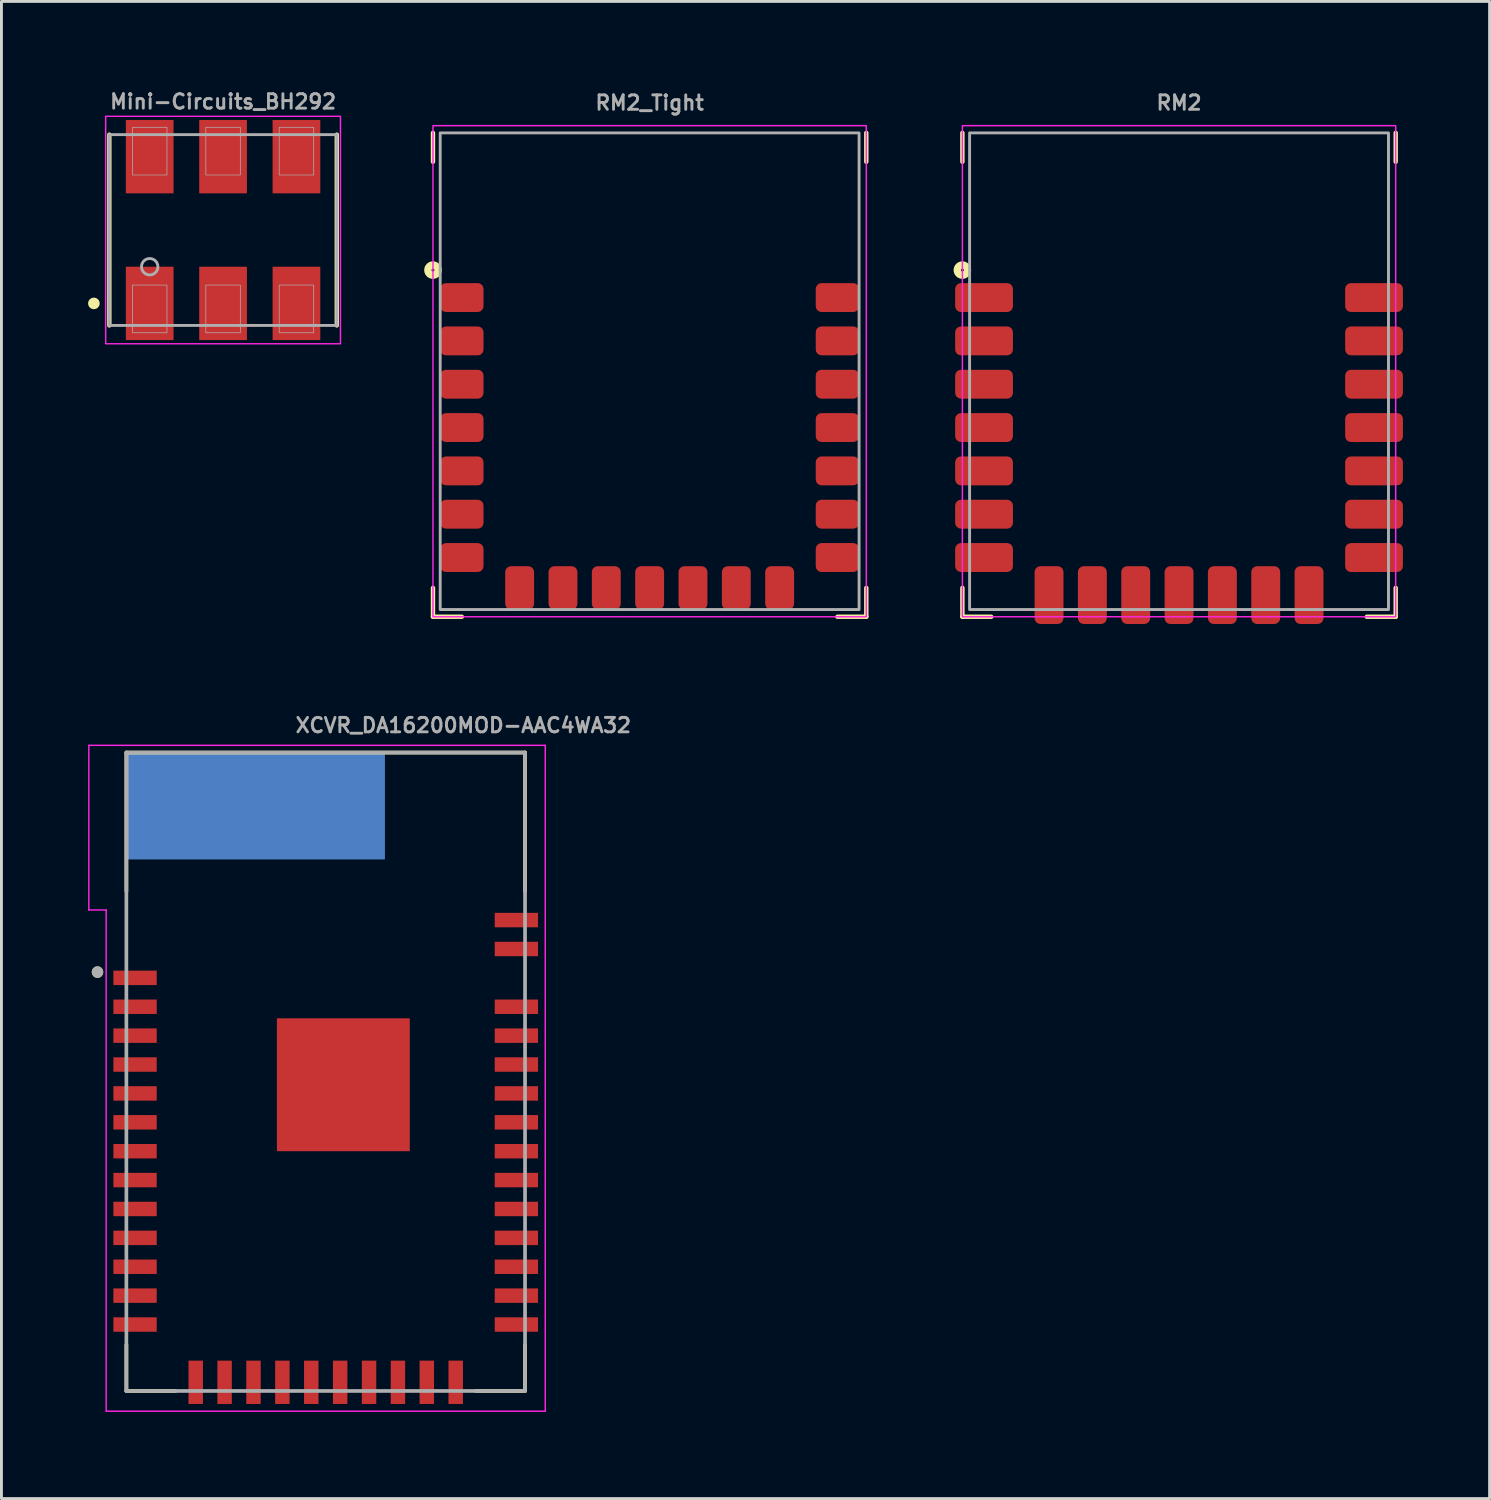
<source format=kicad_pcb>
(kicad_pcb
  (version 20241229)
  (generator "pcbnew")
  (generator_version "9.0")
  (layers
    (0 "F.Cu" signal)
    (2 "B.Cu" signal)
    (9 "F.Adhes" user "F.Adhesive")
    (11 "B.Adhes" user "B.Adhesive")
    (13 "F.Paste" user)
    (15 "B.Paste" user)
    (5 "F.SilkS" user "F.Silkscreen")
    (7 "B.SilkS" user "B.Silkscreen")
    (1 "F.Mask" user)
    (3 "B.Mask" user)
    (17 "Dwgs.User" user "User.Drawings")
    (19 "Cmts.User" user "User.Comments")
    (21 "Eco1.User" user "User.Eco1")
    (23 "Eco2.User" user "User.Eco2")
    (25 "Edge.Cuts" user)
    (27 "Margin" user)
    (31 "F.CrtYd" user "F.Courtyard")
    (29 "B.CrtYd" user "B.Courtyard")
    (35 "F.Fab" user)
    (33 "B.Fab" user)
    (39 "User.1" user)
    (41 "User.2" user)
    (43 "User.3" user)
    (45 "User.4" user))
  (footprint "RM2_Tight"
    (layer "F.Cu")
    (at 19.438 9.8)
    (property "Reference" "RM2_Tight" (at 0 -9 180) (layer "F.Fab") (effects (font (size 0.5 0.5) (thickness 0.1) (bold yes)) (justify bottom)))
    (fp_line (start -7.5 -8.25) (end -7.5 -7.25) (stroke (width 0.152) (type solid)) (layer "F.SilkS"))
    (fp_line (start -7.5 8.5) (end -7.5 7.5) (stroke (width 0.152) (type solid)) (layer "F.SilkS"))
    (fp_line (start -6.5 8.5) (end -7.5 8.5) (stroke (width 0.152) (type solid)) (layer "F.SilkS"))
    (fp_line (start 6.5 8.5) (end 7.5 8.5) (stroke (width 0.152) (type solid)) (layer "F.SilkS"))
    (fp_line (start 7.5 -7.25) (end 7.5 -8.25) (stroke (width 0.152) (type solid)) (layer "F.SilkS"))
    (fp_line (start 7.5 7.5) (end 7.5 8.5) (stroke (width 0.152) (type solid)) (layer "F.SilkS"))
    (fp_circle (center -7.5 -3.5) (end -7.45 -3.5) (stroke (width 0.254) (type solid)) (fill no) (layer "F.SilkS"))
    (fp_rect (start 7.5 -8.5) (end -7.5 8.5) (stroke (width 0.05) (type default)) (fill no) (layer "F.CrtYd"))
    (fp_rect (start -7.25 -8.25) (end 7.25 8.25) (stroke (width 0.1) (type default)) (fill no) (layer "F.Fab"))
    (pad "A1" smd roundrect (at -6.5 -2.55 90) (size 1 1.5) (layers "F.Cu" "F.Mask" "F.Paste") (roundrect_rratio 0.2))
    (pad "A2" smd roundrect (at -6.5 -1.05 90) (size 1 1.5) (layers "F.Cu" "F.Mask" "F.Paste") (roundrect_rratio 0.2))
    (pad "A3" smd roundrect (at -6.5 0.45 90) (size 1 1.5) (layers "F.Cu" "F.Mask" "F.Paste") (roundrect_rratio 0.2))
    (pad "A4" smd roundrect (at -6.5 1.95 90) (size 1 1.5) (layers "F.Cu" "F.Mask" "F.Paste") (roundrect_rratio 0.2))
    (pad "A5" smd roundrect (at -6.5 3.45 90) (size 1 1.5) (layers "F.Cu" "F.Mask" "F.Paste") (roundrect_rratio 0.2))
    (pad "A6" smd roundrect (at -6.5 4.95 90) (size 1 1.5) (layers "F.Cu" "F.Mask" "F.Paste") (roundrect_rratio 0.2))
    (pad "A7" smd roundrect (at -6.5 6.45 90) (size 1 1.5) (layers "F.Cu" "F.Mask" "F.Paste") (roundrect_rratio 0.2))
    (pad "B1" smd roundrect (at -4.5 7.5) (size 1 1.5) (layers "F.Cu" "F.Mask" "F.Paste") (roundrect_rratio 0.2))
    (pad "B2" smd roundrect (at -3 7.5) (size 1 1.5) (layers "F.Cu" "F.Mask" "F.Paste") (roundrect_rratio 0.2))
    (pad "B3" smd roundrect (at -1.5 7.5) (size 1 1.5) (layers "F.Cu" "F.Mask" "F.Paste") (roundrect_rratio 0.2))
    (pad "B4" smd roundrect (at 0 7.5) (size 1 1.5) (layers "F.Cu" "F.Mask" "F.Paste") (roundrect_rratio 0.2))
    (pad "B5" smd roundrect (at 1.5 7.5) (size 1 1.5) (layers "F.Cu" "F.Mask" "F.Paste") (roundrect_rratio 0.2))
    (pad "B6" smd roundrect (at 3 7.5) (size 1 1.5) (layers "F.Cu" "F.Mask" "F.Paste") (roundrect_rratio 0.2))
    (pad "B7" smd roundrect (at 4.5 7.5) (size 1 1.5) (layers "F.Cu" "F.Mask" "F.Paste") (roundrect_rratio 0.2))
    (pad "C1" smd roundrect (at 6.5 6.45 90) (size 1 1.5) (layers "F.Cu" "F.Mask" "F.Paste") (roundrect_rratio 0.2))
    (pad "C2" smd roundrect (at 6.5 4.95 90) (size 1 1.5) (layers "F.Cu" "F.Mask" "F.Paste") (roundrect_rratio 0.2))
    (pad "C3" smd roundrect (at 6.5 3.45 90) (size 1 1.5) (layers "F.Cu" "F.Mask" "F.Paste") (roundrect_rratio 0.2))
    (pad "C4" smd roundrect (at 6.5 1.95 90) (size 1 1.5) (layers "F.Cu" "F.Mask" "F.Paste") (roundrect_rratio 0.2))
    (pad "C5" smd roundrect (at 6.5 0.45 90) (size 1 1.5) (layers "F.Cu" "F.Mask" "F.Paste") (roundrect_rratio 0.2))
    (pad "C6" smd roundrect (at 6.5 -1.05 90) (size 1 1.5) (layers "F.Cu" "F.Mask" "F.Paste") (roundrect_rratio 0.2))
    (pad "C7" smd roundrect (at 6.5 -2.55 90) (size 1 1.5) (layers "F.Cu" "F.Mask" "F.Paste") (roundrect_rratio 0.2)))
  (footprint "Mini-Circuits_BH292"
    (layer "F.Cu")
    (at 4.672 4.913)
    (property "Reference" "Mini-Circuits_BH292" (at 0 -4.445 0) (unlocked yes) (layer "F.Fab") (effects (font (size 0.5 0.5) (thickness 0.1))))
    (attr smd)
    (fp_line (start -3.937 3.302) (end -3.937 -3.302) (stroke (width 0.152) (type default)) (layer "F.SilkS"))
    (fp_line (start 3.937 3.302) (end 3.937 -3.302) (stroke (width 0.152) (type default)) (layer "F.SilkS"))
    (fp_circle (center -4.472 2.54) (end -4.572 2.54) (stroke (width 0.2) (type solid)) (fill yes) (layer "F.SilkS"))
    (fp_rect (start -4.064 -3.937) (end 4.064 3.937) (stroke (width 0.05) (type default)) (fill no) (layer "F.CrtYd"))
    (fp_rect (start -3.937 -3.302) (end 3.937 3.302) (stroke (width 0.1) (type default)) (fill no) (layer "F.Fab"))
    (fp_rect (start -3.137 -3.556) (end -1.943 -1.905) (stroke (width 0.025) (type solid)) (fill no) (layer "F.Fab"))
    (fp_rect (start -3.137 1.905) (end -1.943 3.556) (stroke (width 0.025) (type solid)) (fill no) (layer "F.Fab"))
    (fp_rect (start -0.597 -3.556) (end 0.597 -1.905) (stroke (width 0.025) (type solid)) (fill no) (layer "F.Fab"))
    (fp_rect (start -0.597 1.905) (end 0.597 3.556) (stroke (width 0.025) (type solid)) (fill no) (layer "F.Fab"))
    (fp_rect (start 1.943 -3.556) (end 3.137 -1.905) (stroke (width 0.025) (type solid)) (fill no) (layer "F.Fab"))
    (fp_rect (start 1.943 1.905) (end 3.137 3.556) (stroke (width 0.025) (type solid)) (fill no) (layer "F.Fab"))
    (fp_circle (center -2.54 1.27) (end -2.256 1.27) (stroke (width 0.1) (type solid)) (fill no) (layer "F.Fab"))
    (pad "1" smd rect (at -2.54 2.54) (size 1.651 2.54) (layers "F.Cu" "F.Mask" "F.Paste"))
    (pad "2" smd rect (at 0 2.54) (size 1.651 2.54) (layers "F.Cu" "F.Mask" "F.Paste"))
    (pad "3" smd rect (at 2.54 2.54) (size 1.651 2.54) (layers "F.Cu" "F.Mask" "F.Paste"))
    (pad "4" smd rect (at 2.54 -2.54) (size 1.651 2.54) (layers "F.Cu" "F.Mask" "F.Paste"))
    (pad "5" smd rect (at 0 -2.54) (size 1.651 2.54) (layers "F.Cu" "F.Mask" "F.Paste"))
    (pad "6" smd rect (at -2.54 -2.54) (size 1.651 2.54) (layers "F.Cu" "F.Mask" "F.Paste")))
  (footprint "RM2"
    (layer "F.Cu")
    (at 37.764 9.8)
    (property "Reference" "RM2" (at 0 -9 180) (layer "F.Fab") (effects (font (size 0.5 0.5) (thickness 0.1) (bold yes)) (justify bottom)))
    (fp_line (start -7.5 -8.25) (end -7.5 -7.25) (stroke (width 0.152) (type solid)) (layer "F.SilkS"))
    (fp_line (start -7.5 8.5) (end -7.5 7.5) (stroke (width 0.152) (type solid)) (layer "F.SilkS"))
    (fp_line (start -6.5 8.5) (end -7.5 8.5) (stroke (width 0.152) (type solid)) (layer "F.SilkS"))
    (fp_line (start 6.5 8.5) (end 7.5 8.5) (stroke (width 0.152) (type solid)) (layer "F.SilkS"))
    (fp_line (start 7.5 -7.25) (end 7.5 -8.25) (stroke (width 0.152) (type solid)) (layer "F.SilkS"))
    (fp_line (start 7.5 7.5) (end 7.5 8.5) (stroke (width 0.152) (type solid)) (layer "F.SilkS"))
    (fp_circle (center -7.5 -3.5) (end -7.45 -3.5) (stroke (width 0.254) (type solid)) (fill no) (layer "F.SilkS"))
    (fp_rect (start 7.5 -8.5) (end -7.5 8.5) (stroke (width 0.05) (type default)) (fill no) (layer "F.CrtYd"))
    (fp_rect (start -7.25 -8.25) (end 7.25 8.25) (stroke (width 0.1) (type default)) (fill no) (layer "F.Fab"))
    (pad "A1" smd roundrect (at -6.75 -2.55 90) (size 1 2) (layers "F.Cu" "F.Mask" "F.Paste") (roundrect_rratio 0.2))
    (pad "A2" smd roundrect (at -6.75 -1.05 90) (size 1 2) (layers "F.Cu" "F.Mask" "F.Paste") (roundrect_rratio 0.2))
    (pad "A3" smd roundrect (at -6.75 0.45 90) (size 1 2) (layers "F.Cu" "F.Mask" "F.Paste") (roundrect_rratio 0.2))
    (pad "A4" smd roundrect (at -6.75 1.95 90) (size 1 2) (layers "F.Cu" "F.Mask" "F.Paste") (roundrect_rratio 0.2))
    (pad "A5" smd roundrect (at -6.75 3.45 90) (size 1 2) (layers "F.Cu" "F.Mask" "F.Paste") (roundrect_rratio 0.2))
    (pad "A6" smd roundrect (at -6.75 4.95 90) (size 1 2) (layers "F.Cu" "F.Mask" "F.Paste") (roundrect_rratio 0.2))
    (pad "A7" smd roundrect (at -6.75 6.45 90) (size 1 2) (layers "F.Cu" "F.Mask" "F.Paste") (roundrect_rratio 0.2))
    (pad "B1" smd roundrect (at -4.5 7.75) (size 1 2) (layers "F.Cu" "F.Mask" "F.Paste") (roundrect_rratio 0.2))
    (pad "B2" smd roundrect (at -3 7.75) (size 1 2) (layers "F.Cu" "F.Mask" "F.Paste") (roundrect_rratio 0.2))
    (pad "B3" smd roundrect (at -1.5 7.75) (size 1 2) (layers "F.Cu" "F.Mask" "F.Paste") (roundrect_rratio 0.2))
    (pad "B4" smd roundrect (at 0 7.75) (size 1 2) (layers "F.Cu" "F.Mask" "F.Paste") (roundrect_rratio 0.2))
    (pad "B5" smd roundrect (at 1.5 7.75) (size 1 2) (layers "F.Cu" "F.Mask" "F.Paste") (roundrect_rratio 0.2))
    (pad "B6" smd roundrect (at 3 7.75) (size 1 2) (layers "F.Cu" "F.Mask" "F.Paste") (roundrect_rratio 0.2))
    (pad "B7" smd roundrect (at 4.5 7.75) (size 1 2) (layers "F.Cu" "F.Mask" "F.Paste") (roundrect_rratio 0.2))
    (pad "C1" smd roundrect (at 6.75 6.45 90) (size 1 2) (layers "F.Cu" "F.Mask" "F.Paste") (roundrect_rratio 0.2))
    (pad "C2" smd roundrect (at 6.75 4.95 90) (size 1 2) (layers "F.Cu" "F.Mask" "F.Paste") (roundrect_rratio 0.2))
    (pad "C3" smd roundrect (at 6.75 3.45 90) (size 1 2) (layers "F.Cu" "F.Mask" "F.Paste") (roundrect_rratio 0.2))
    (pad "C4" smd roundrect (at 6.75 1.95 90) (size 1 2) (layers "F.Cu" "F.Mask" "F.Paste") (roundrect_rratio 0.2))
    (pad "C5" smd roundrect (at 6.75 0.45 90) (size 1 2) (layers "F.Cu" "F.Mask" "F.Paste") (roundrect_rratio 0.2))
    (pad "C6" smd roundrect (at 6.75 -1.05 90) (size 1 2) (layers "F.Cu" "F.Mask" "F.Paste") (roundrect_rratio 0.2))
    (pad "C7" smd roundrect (at 6.75 -2.55 90) (size 1 2) (layers "F.Cu" "F.Mask" "F.Paste") (roundrect_rratio 0.2)))
  (footprint "XCVR_DA16200MOD-AAC4WA32"
    (layer "F.Cu")
    (at 8.225 34.05)
    (property "Reference" "XCVR_DA16200MOD-AAC4WA32" (at -1.1 -11.7 0) (unlocked yes) (layer "F.Fab") (effects (font (size 0.5 0.5) (thickness 0.1) (bold yes)) (justify left bottom)))
    (attr smd)
    (fp_line (start -6.9 -6.25) (end -6.9 -11.05) (stroke (width 0.127) (type solid)) (layer "F.SilkS"))
    (fp_line (start -6.9 9.45) (end -6.9 11.05) (stroke (width 0.127) (type solid)) (layer "F.SilkS"))
    (fp_line (start -6.9 11.05) (end -5.2 11.05) (stroke (width 0.127) (type solid)) (layer "F.SilkS"))
    (fp_line (start 6.9 -11.05) (end -6.9 -11.05) (stroke (width 0.127) (type solid)) (layer "F.SilkS"))
    (fp_line (start 6.9 -6.25) (end 6.9 -11.05) (stroke (width 0.127) (type solid)) (layer "F.SilkS"))
    (fp_line (start 6.9 9.45) (end 6.9 11.05) (stroke (width 0.127) (type solid)) (layer "F.SilkS"))
    (fp_line (start 6.9 11.05) (end 5.2 11.05) (stroke (width 0.127) (type solid)) (layer "F.SilkS"))
    (fp_circle (center -7.9 -3.45) (end -7.8 -3.45) (stroke (width 0.2) (type solid)) (fill no) (layer "F.SilkS"))
    (fp_poly (pts (xy -0.845 1.905) (xy 2.065 1.905) (xy 2.065 -1.005) (xy -0.845 -1.005)) (stroke (width 0) (type default)) (fill yes) (layer "F.Paste"))
    (fp_line (start -8.2 -11.3) (end -8.2 -5.6) (stroke (width 0.05) (type solid)) (layer "F.CrtYd"))
    (fp_line (start -8.2 -5.6) (end -7.6 -5.6) (stroke (width 0.05) (type solid)) (layer "F.CrtYd"))
    (fp_line (start -7.6 11.75) (end -7.6 -5.6) (stroke (width 0.05) (type solid)) (layer "F.CrtYd"))
    (fp_line (start -7.6 11.75) (end 7.6 11.75) (stroke (width 0.05) (type solid)) (layer "F.CrtYd"))
    (fp_line (start 7.6 -11.3) (end -8.2 -11.3) (stroke (width 0.05) (type solid)) (layer "F.CrtYd"))
    (fp_line (start 7.6 11.75) (end 7.6 -11.3) (stroke (width 0.05) (type solid)) (layer "F.CrtYd"))
    (fp_line (start -6.9 -11.05) (end -6.9 11.05) (stroke (width 0.127) (type solid)) (layer "F.Fab"))
    (fp_line (start -6.9 11.05) (end 6.9 11.05) (stroke (width 0.127) (type solid)) (layer "F.Fab"))
    (fp_line (start 6.9 -11.05) (end -6.9 -11.05) (stroke (width 0.127) (type solid)) (layer "F.Fab"))
    (fp_line (start 6.9 11.05) (end 6.9 -11.05) (stroke (width 0.127) (type solid)) (layer "F.Fab"))
    (fp_circle (center -7.9 -3.45) (end -7.8 -3.45) (stroke (width 0.2) (type solid)) (fill no) (layer "F.Fab"))
    (pad "1" smd rect (at -6.6 -3.25) (size 1.5 0.5) (layers "F.Cu" "F.Mask" "F.Paste"))
    (pad "2" smd rect (at -6.6 -2.25) (size 1.5 0.5) (layers "F.Cu" "F.Mask" "F.Paste"))
    (pad "3" smd rect (at -6.6 -1.25) (size 1.5 0.5) (layers "F.Cu" "F.Mask" "F.Paste"))
    (pad "4" smd rect (at -6.6 -0.25) (size 1.5 0.5) (layers "F.Cu" "F.Mask" "F.Paste"))
    (pad "5" smd rect (at -6.6 0.75) (size 1.5 0.5) (layers "F.Cu" "F.Mask" "F.Paste"))
    (pad "6" smd rect (at -6.6 1.75) (size 1.5 0.5) (layers "F.Cu" "F.Mask" "F.Paste"))
    (pad "7" smd rect (at -6.6 2.75) (size 1.5 0.5) (layers "F.Cu" "F.Mask" "F.Paste"))
    (pad "8" smd rect (at -6.6 3.75) (size 1.5 0.5) (layers "F.Cu" "F.Mask" "F.Paste"))
    (pad "9" smd rect (at -6.6 4.75) (size 1.5 0.5) (layers "F.Cu" "F.Mask" "F.Paste"))
    (pad "10" smd rect (at -6.6 5.75) (size 1.5 0.5) (layers "F.Cu" "F.Mask" "F.Paste"))
    (pad "11" smd rect (at -6.6 6.75) (size 1.5 0.5) (layers "F.Cu" "F.Mask" "F.Paste"))
    (pad "12" smd rect (at -6.6 7.75) (size 1.5 0.5) (layers "F.Cu" "F.Mask" "F.Paste"))
    (pad "13" smd rect (at -6.6 8.75) (size 1.5 0.5) (layers "F.Cu" "F.Mask" "F.Paste"))
    (pad "14" smd rect (at -4.5 10.75 90) (size 1.5 0.5) (layers "F.Cu" "F.Mask" "F.Paste"))
    (pad "15" smd rect (at -3.5 10.75 90) (size 1.5 0.5) (layers "F.Cu" "F.Mask" "F.Paste"))
    (pad "16" smd rect (at -2.5 10.75 90) (size 1.5 0.5) (layers "F.Cu" "F.Mask" "F.Paste"))
    (pad "17" smd rect (at -1.5 10.75 90) (size 1.5 0.5) (layers "F.Cu" "F.Mask" "F.Paste"))
    (pad "18" smd rect (at -0.5 10.75 90) (size 1.5 0.5) (layers "F.Cu" "F.Mask" "F.Paste"))
    (pad "19" smd rect (at 0.5 10.75 90) (size 1.5 0.5) (layers "F.Cu" "F.Mask" "F.Paste"))
    (pad "20" smd rect (at 1.5 10.75 90) (size 1.5 0.5) (layers "F.Cu" "F.Mask" "F.Paste"))
    (pad "21" smd rect (at 2.5 10.75 90) (size 1.5 0.5) (layers "F.Cu" "F.Mask" "F.Paste"))
    (pad "22" smd rect (at 3.5 10.75 90) (size 1.5 0.5) (layers "F.Cu" "F.Mask" "F.Paste"))
    (pad "23" smd rect (at 4.5 10.75 90) (size 1.5 0.5) (layers "F.Cu" "F.Mask" "F.Paste"))
    (pad "24" smd rect (at 6.6 8.75) (size 1.5 0.5) (layers "F.Cu" "F.Mask" "F.Paste"))
    (pad "25" smd rect (at 6.6 7.75) (size 1.5 0.5) (layers "F.Cu" "F.Mask" "F.Paste"))
    (pad "26" smd rect (at 6.6 6.75) (size 1.5 0.5) (layers "F.Cu" "F.Mask" "F.Paste"))
    (pad "27" smd rect (at 6.6 5.75) (size 1.5 0.5) (layers "F.Cu" "F.Mask" "F.Paste"))
    (pad "28" smd rect (at 6.6 4.75) (size 1.5 0.5) (layers "F.Cu" "F.Mask" "F.Paste"))
    (pad "29" smd rect (at 6.6 3.75) (size 1.5 0.5) (layers "F.Cu" "F.Mask" "F.Paste"))
    (pad "30" smd rect (at 6.6 2.75) (size 1.5 0.5) (layers "F.Cu" "F.Mask" "F.Paste"))
    (pad "31" smd rect (at 6.6 1.75) (size 1.5 0.5) (layers "F.Cu" "F.Mask" "F.Paste"))
    (pad "32" smd rect (at 6.6 0.75) (size 1.5 0.5) (layers "F.Cu" "F.Mask" "F.Paste"))
    (pad "33" smd rect (at 6.6 -0.25) (size 1.5 0.5) (layers "F.Cu" "F.Mask" "F.Paste"))
    (pad "34" smd rect (at 6.6 -1.25) (size 1.5 0.5) (layers "F.Cu" "F.Mask" "F.Paste"))
    (pad "35" smd rect (at 6.6 -2.25) (size 1.5 0.5) (layers "F.Cu" "F.Mask" "F.Paste"))
    (pad "36" smd rect (at 6.6 -4.25) (size 1.5 0.5) (layers "F.Cu" "F.Mask" "F.Paste"))
    (pad "37" smd rect (at 6.6 -5.25) (size 1.5 0.5) (layers "F.Cu" "F.Mask" "F.Paste"))
    (pad "ANT_GND" smd rect (at -2.45 -9.2) (size 9 3.7) (layers "B.Cu"))
    (pad "GND" smd rect (at 0.61 0.45) (size 4.6 4.6) (layers "F.Cu" "F.Mask"))
    (zone (net_name "") (layer "F.Cu") (hatch edge 0.5) (connect_pads) (min_thickness 0.25) (filled_areas_thickness no) (keepout (tracks not_allowed) (vias not_allowed) (pads not_allowed) (copperpour not_allowed) (footprints allowed)) (placement (enabled no)) (fill) (polygon (pts (xy 0.275 28.2) (xy 10.275 28.2) (xy 10.275 23) (xy 0.275 23))))
    (zone (net_name "") (layers "F.Cu" "B.Cu") (hatch edge 0.5) (connect_pads) (min_thickness 0.25) (filled_areas_thickness no) (keepout (tracks not_allowed) (vias not_allowed) (pads not_allowed) (copperpour not_allowed) (footprints allowed)) (placement (enabled no)) (fill) (polygon (pts (xy 0.275 28.2) (xy 10.275 28.2) (xy 10.275 23) (xy 0.275 23))))
    (zone (net_name "") (layer "B.Cu") (hatch edge 0.5) (connect_pads) (min_thickness 0.25) (filled_areas_thickness no) (keepout (tracks not_allowed) (vias not_allowed) (pads not_allowed) (copperpour not_allowed) (footprints allowed)) (placement (enabled no)) (fill) (polygon (pts (xy 10.275 28.2) (xy 0.275 28.2) (xy 0.275 23) (xy 1.275 23) (xy 1.275 26.7) (xy 10.275 26.7)))))
  (gr_rect
    (start -3 -3)
    (end 48.514 48.825)
    (stroke (width 0.1) (type default))
    (fill no)
    (layer "Edge.Cuts")))
</source>
